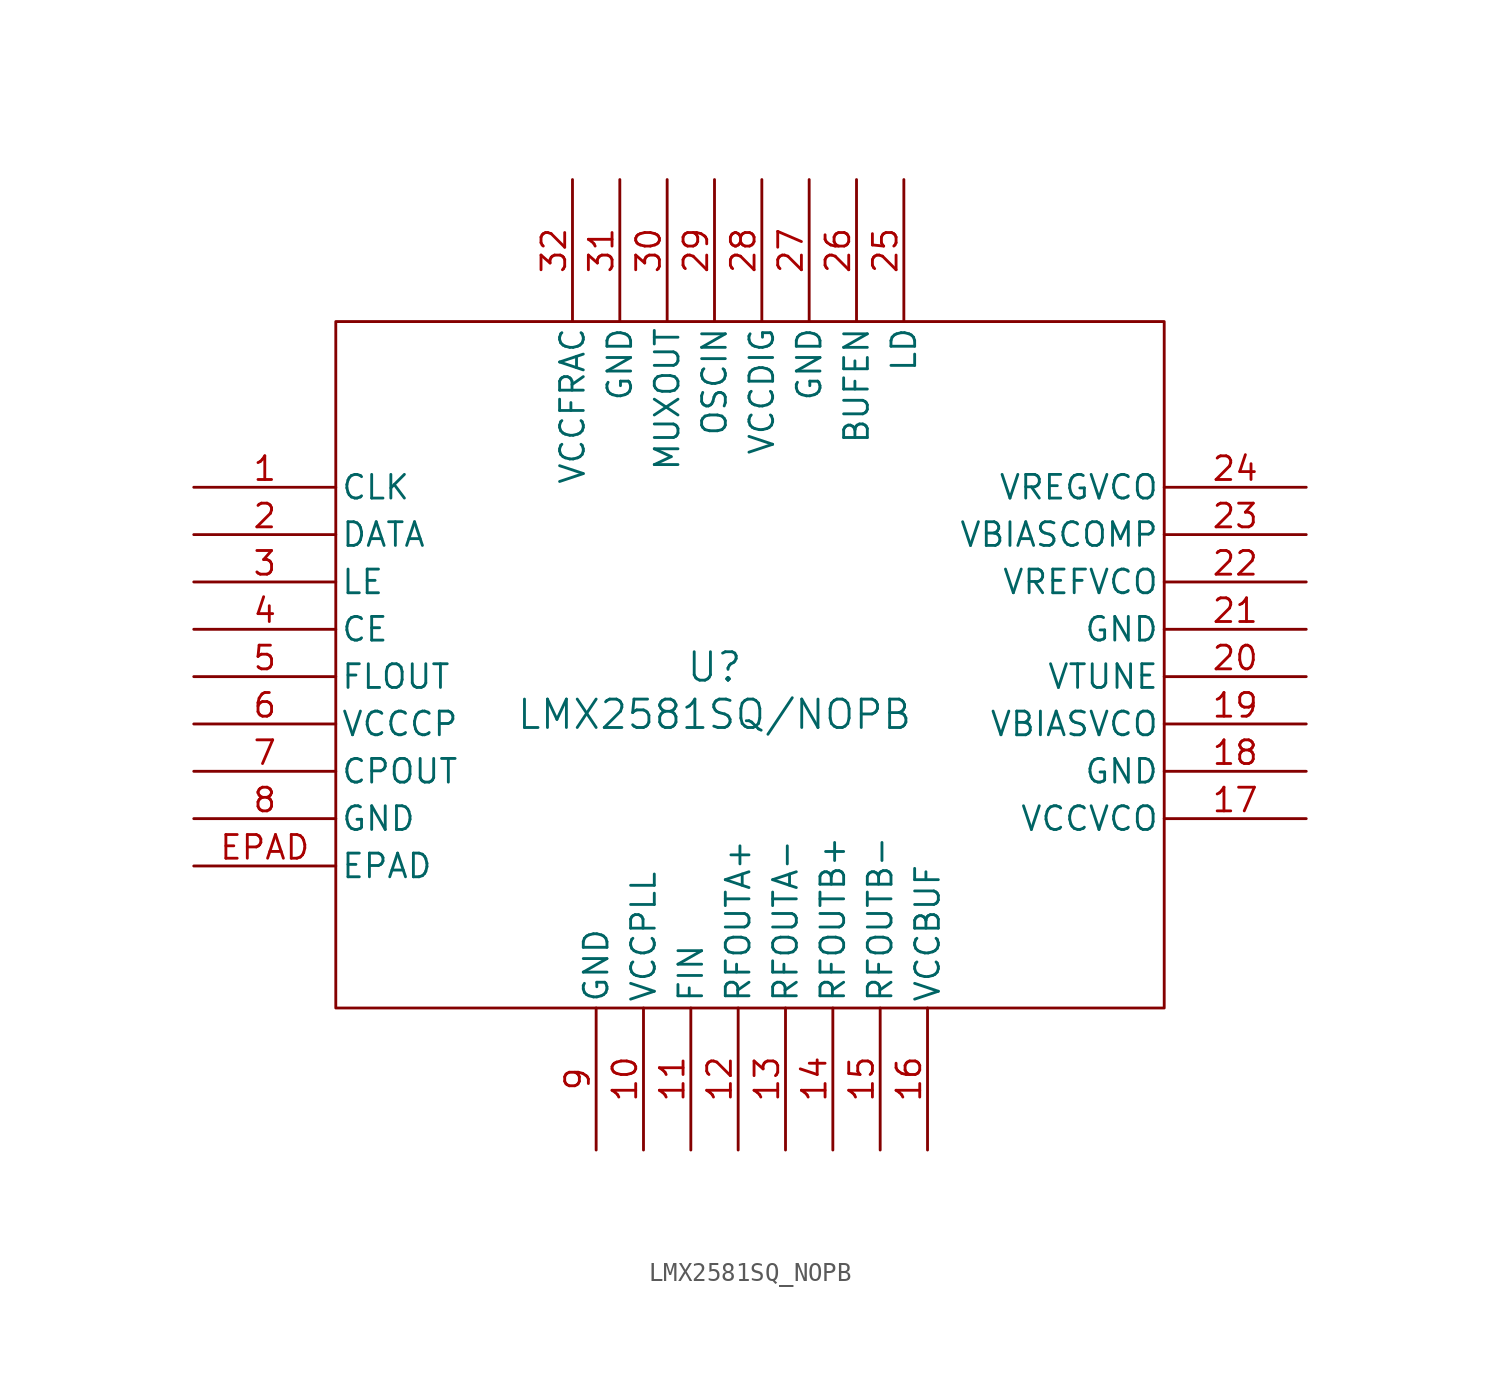
<source format=kicad_sym>
(kicad_symbol_lib
  (version 20231120)
  (generator "kicad_symbol_editor")
  (generator_version "8.0")
  (symbol "LMX2581SQ_NOPB"
    (pin_names
      (offset 0.254))
    (property "Reference" "U"
      (at 21.59 -19.812 0)
      (effects (font (size 1.524 1.524))))
    (property "Value" "LMX2581SQ/NOPB"
      (at 21.59 -22.352 0)
      (effects (font (size 1.524 1.524))))
    (symbol "LMX2581SQ_NOPB_0_1"
      (polyline (pts (xy 1.27 -1.27) (xy 1.27 -38.1) (xy 45.72 -38.1) (xy 45.72 -1.27) (xy 1.27 -1.27)) (stroke (width 0) (type default)) (fill (type none)))
      (pin input line (at -6.35 -10.16 0) (length 7.62) (name "CLK" (effects (font (size 1.27 1.27)))) (number "1" (effects (font (size 1.27 1.27)))))
      (pin power_in line (at 17.78 -45.72 90) (length 7.62) (name "VCCPLL" (effects (font (size 1.27 1.27)))) (number "10" (effects (font (size 1.27 1.27)))))
      (pin input line (at 20.32 -45.72 90) (length 7.62) (name "FIN" (effects (font (size 1.27 1.27)))) (number "11" (effects (font (size 1.27 1.27)))))
      (pin output line (at 22.86 -45.72 90) (length 7.62) (name "RFOUTA+" (effects (font (size 1.27 1.27)))) (number "12" (effects (font (size 1.27 1.27)))))
      (pin output line (at 25.4 -45.72 90) (length 7.62) (name "RFOUTA-" (effects (font (size 1.27 1.27)))) (number "13" (effects (font (size 1.27 1.27)))))
      (pin output line (at 27.94 -45.72 90) (length 7.62) (name "RFOUTB+" (effects (font (size 1.27 1.27)))) (number "14" (effects (font (size 1.27 1.27)))))
      (pin output line (at 30.48 -45.72 90) (length 7.62) (name "RFOUTB-" (effects (font (size 1.27 1.27)))) (number "15" (effects (font (size 1.27 1.27)))))
      (pin power_in line (at 33.02 -45.72 90) (length 7.62) (name "VCCBUF" (effects (font (size 1.27 1.27)))) (number "16" (effects (font (size 1.27 1.27)))))
      (pin power_in line (at 53.34 -27.94 180) (length 7.62) (name "VCCVCO" (effects (font (size 1.27 1.27)))) (number "17" (effects (font (size 1.27 1.27)))))
      (pin power_in line (at 53.34 -25.4 180) (length 7.62) (name "GND" (effects (font (size 1.27 1.27)))) (number "18" (effects (font (size 1.27 1.27)))))
      (pin output line (at 53.34 -22.86 180) (length 7.62) (name "VBIASVCO" (effects (font (size 1.27 1.27)))) (number "19" (effects (font (size 1.27 1.27)))))
      (pin input line (at -6.35 -12.7 0) (length 7.62) (name "DATA" (effects (font (size 1.27 1.27)))) (number "2" (effects (font (size 1.27 1.27)))))
      (pin input line (at 53.34 -20.32 180) (length 7.62) (name "VTUNE" (effects (font (size 1.27 1.27)))) (number "20" (effects (font (size 1.27 1.27)))))
      (pin power_in line (at 53.34 -17.78 180) (length 7.62) (name "GND" (effects (font (size 1.27 1.27)))) (number "21" (effects (font (size 1.27 1.27)))))
      (pin output line (at 53.34 -15.24 180) (length 7.62) (name "VREFVCO" (effects (font (size 1.27 1.27)))) (number "22" (effects (font (size 1.27 1.27)))))
      (pin output line (at 53.34 -12.7 180) (length 7.62) (name "VBIASCOMP" (effects (font (size 1.27 1.27)))) (number "23" (effects (font (size 1.27 1.27)))))
      (pin output line (at 53.34 -10.16 180) (length 7.62) (name "VREGVCO" (effects (font (size 1.27 1.27)))) (number "24" (effects (font (size 1.27 1.27)))))
      (pin output line (at 31.75 6.35 270) (length 7.62) (name "LD" (effects (font (size 1.27 1.27)))) (number "25" (effects (font (size 1.27 1.27)))))
      (pin input line (at 29.21 6.35 270) (length 7.62) (name "BUFEN" (effects (font (size 1.27 1.27)))) (number "26" (effects (font (size 1.27 1.27)))))
      (pin output line (at 26.67 6.35 270) (length 7.62) (name "GND" (effects (font (size 1.27 1.27)))) (number "27" (effects (font (size 1.27 1.27)))))
      (pin power_in line (at 24.13 6.35 270) (length 7.62) (name "VCCDIG" (effects (font (size 1.27 1.27)))) (number "28" (effects (font (size 1.27 1.27)))))
      (pin input line (at 21.59 6.35 270) (length 7.62) (name "OSCIN" (effects (font (size 1.27 1.27)))) (number "29" (effects (font (size 1.27 1.27)))))
      (pin input line (at -6.35 -15.24 0) (length 7.62) (name "LE" (effects (font (size 1.27 1.27)))) (number "3" (effects (font (size 1.27 1.27)))))
      (pin output line (at 19.05 6.35 270) (length 7.62) (name "MUXOUT" (effects (font (size 1.27 1.27)))) (number "30" (effects (font (size 1.27 1.27)))))
      (pin power_in line (at 16.51 6.35 270) (length 7.62) (name "GND" (effects (font (size 1.27 1.27)))) (number "31" (effects (font (size 1.27 1.27)))))
      (pin power_in line (at 13.97 6.35 270) (length 7.62) (name "VCCFRAC" (effects (font (size 1.27 1.27)))) (number "32" (effects (font (size 1.27 1.27)))))
      (pin input line (at -6.35 -17.78 0) (length 7.62) (name "CE" (effects (font (size 1.27 1.27)))) (number "4" (effects (font (size 1.27 1.27)))))
      (pin output line (at -6.35 -20.32 0) (length 7.62) (name "FLOUT" (effects (font (size 1.27 1.27)))) (number "5" (effects (font (size 1.27 1.27)))))
      (pin power_in line (at -6.35 -22.86 0) (length 7.62) (name "VCCCP" (effects (font (size 1.27 1.27)))) (number "6" (effects (font (size 1.27 1.27)))))
      (pin output line (at -6.35 -25.4 0) (length 7.62) (name "CPOUT" (effects (font (size 1.27 1.27)))) (number "7" (effects (font (size 1.27 1.27)))))
      (pin power_in line (at -6.35 -27.94 0) (length 7.62) (name "GND" (effects (font (size 1.27 1.27)))) (number "8" (effects (font (size 1.27 1.27)))))
      (pin power_in line (at 15.24 -45.72 90) (length 7.62) (name "GND" (effects (font (size 1.27 1.27)))) (number "9" (effects (font (size 1.27 1.27))))))
    (symbol "LMX2581SQ_NOPB_1_1"
      (pin power_in line (at -6.35 -30.48 0) (length 7.62) (name "EPAD" (effects (font (size 1.27 1.27)))) (number "EPAD" (effects (font (size 1.27 1.27))))))))
</source>
